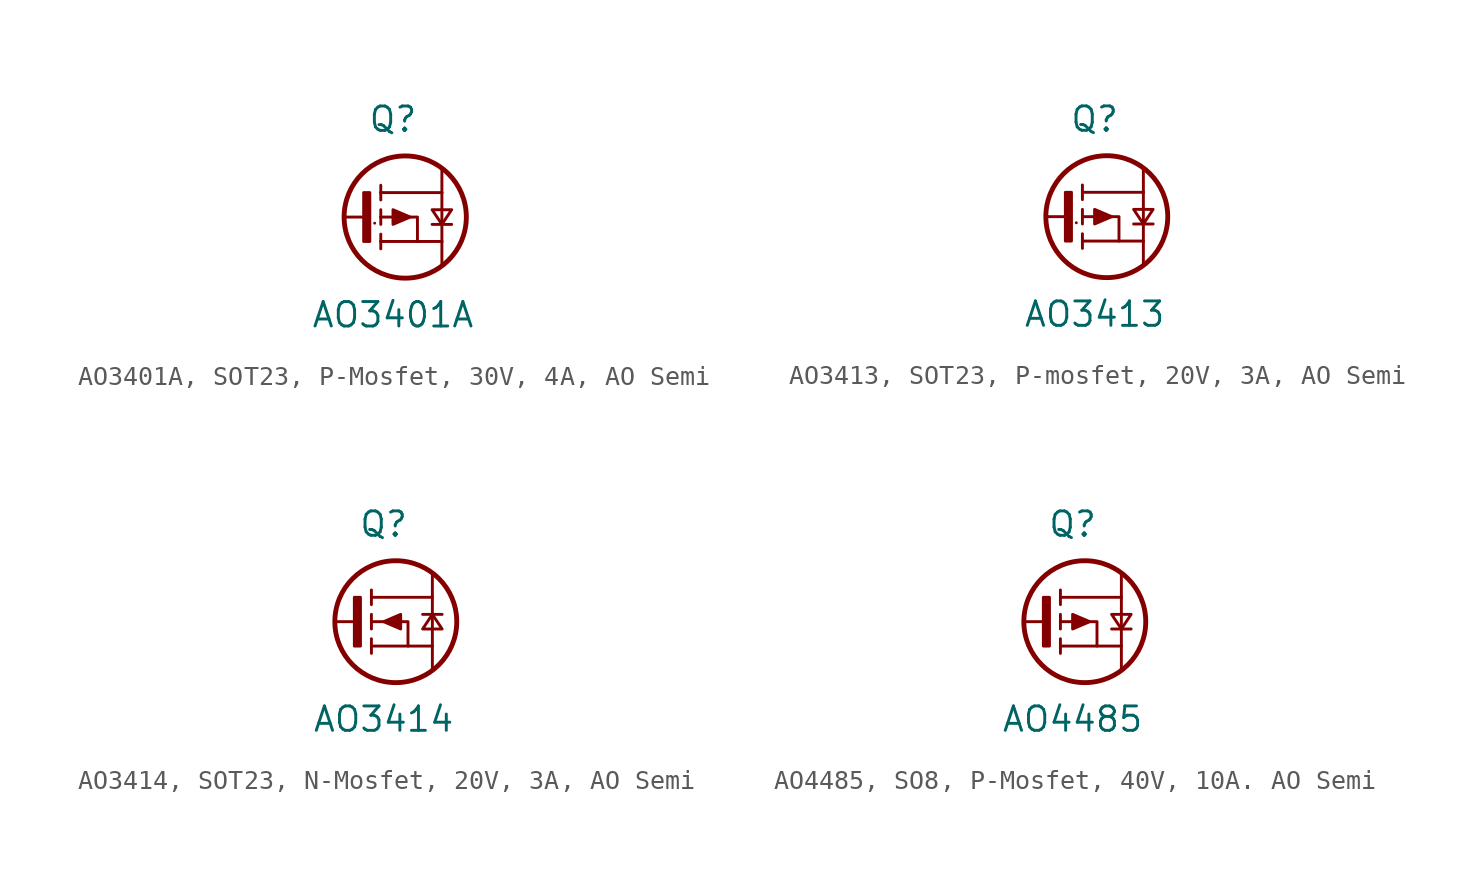
<source format=kicad_sym>
(kicad_symbol_lib
  (version 20241209)
  (generator "kicad_symbol_editor")
  (generator_version "9.0")
  (symbol "AO3401A, SOT23, P-Mosfet, 30V, 4A, AO Semi"
    (pin_numbers
      (hide yes))
    (pin_names
      (offset 1.016)
      (hide yes))
    (property "Reference" "Q"
      (at 0 5.08 0)
      (effects (font (size 1.27 1.27))))
    (property "Value" "AO3401A"
      (at 0 -5.08 0)
      (effects (font (size 1.27 1.27))))
    (symbol "AO3401A, SOT23, P-Mosfet, 30V, 4A, AO Semi_0_0"
      (polyline (pts (xy -0.635 1.27) (xy -0.635 1.651)) (stroke (width 0.152) (type solid)) (fill (type none)))
      (polyline (pts (xy -0.635 1.27) (xy -0.635 0.889)) (stroke (width 0.152) (type solid)) (fill (type none)))
      (polyline (pts (xy -0.635 0) (xy -0.635 0.381)) (stroke (width 0.152) (type solid)) (fill (type none)))
      (polyline (pts (xy -0.635 0) (xy -0.635 -0.381)) (stroke (width 0.152) (type solid)) (fill (type none)))
      (polyline (pts (xy -0.635 0) (xy -0.127 0) (xy 0.635 0) (xy 1.27 0) (xy 1.27 -1.27)) (stroke (width 0.152) (type solid)) (fill (type none)))
      (polyline (pts (xy -0.635 -1.27) (xy -0.635 -0.889)) (stroke (width 0.152) (type solid)) (fill (type none)))
      (polyline (pts (xy -0.635 -1.27) (xy -0.635 -1.651)) (stroke (width 0.152) (type solid)) (fill (type none)))
      (polyline (pts (xy 2.54 1.27) (xy -0.635 1.27)) (stroke (width 0.152) (type solid)) (fill (type none)))
      (polyline (pts (xy 2.54 1.27) (xy 2.54 2.54)) (stroke (width 0.152) (type solid)) (fill (type none)))
      (polyline (pts (xy 2.54 1.27) (xy 2.54 -1.27)) (stroke (width 0.152) (type solid)) (fill (type none)))
      (polyline (pts (xy 2.54 -1.27) (xy -0.635 -1.27)) (stroke (width 0.152) (type solid)) (fill (type none)))
      (polyline (pts (xy 2.54 -2.54) (xy 2.54 -1.27)) (stroke (width 0.152) (type solid)) (fill (type none)))
      (polyline (pts (xy 3.048 0.381) (xy 2.032 0.381) (xy 2.54 -0.381) (xy 3.048 0.381)) (stroke (width 0.152) (type solid)) (fill (type none)))
      (polyline (pts (xy 3.048 -0.381) (xy 2.032 -0.381)) (stroke (width 0.152) (type solid)) (fill (type none))))
    (symbol "AO3401A, SOT23, P-Mosfet, 30V, 4A, AO Semi_0_1"
      (polyline (pts (xy -2.54 0) (xy -1.27 0)) (stroke (width 0.152) (type default)) (fill (type none)))
      (rectangle (start -1.524 1.27) (end -1.206 -1.27) (stroke (width 0.152) (type default)) (fill (type outline)))
      (rectangle (start -0.953 -0.318) (end -0.953 -0.318) (stroke (width 0.152) (type default)) (fill (type none)))
      (polyline (pts (xy 0.889 0) (xy 0 -0.381) (xy 0 0.381) (xy 0.889 0)) (stroke (width 0.152) (type default)) (fill (type outline))))
    (symbol "AO3401A, SOT23, P-Mosfet, 30V, 4A, AO Semi_1_0"
      (circle (center 0.635 0) (radius 3.175) (stroke (width 0.254) (type solid)) (fill (type none))))
    (symbol "AO3401A, SOT23, P-Mosfet, 30V, 4A, AO Semi_1_1"
      (pin passive line (at -2.54 0 0) (length 0) (name "G" (effects (font (size 1.27 1.27)))) (number "1" (effects (font (size 1.27 1.27)))))
      (pin passive line (at 2.54 2.54 180) (length 0) (name "D" (effects (font (size 1.27 1.27)))) (number "3" (effects (font (size 1.27 1.27)))))
      (pin passive line (at 2.54 -2.54 180) (length 0) (name "S" (effects (font (size 1.27 1.27)))) (number "2" (effects (font (size 1.27 1.27)))))))
  (symbol "AO3413, SOT23, P-mosfet, 20V, 3A, AO Semi"
    (pin_numbers
      (hide yes))
    (pin_names
      (offset 1.016)
      (hide yes))
    (property "Reference" "Q"
      (at 0 5.08 0)
      (effects (font (size 1.27 1.27))))
    (property "Value" "AO3413"
      (at 0 -5.08 0)
      (effects (font (size 1.27 1.27))))
    (symbol "AO3413, SOT23, P-mosfet, 20V, 3A, AO Semi_0_0"
      (polyline (pts (xy -0.635 1.27) (xy -0.635 1.651)) (stroke (width 0.152) (type solid)) (fill (type none)))
      (polyline (pts (xy -0.635 1.27) (xy -0.635 0.889)) (stroke (width 0.152) (type solid)) (fill (type none)))
      (polyline (pts (xy -0.635 0) (xy -0.635 0.381)) (stroke (width 0.152) (type solid)) (fill (type none)))
      (polyline (pts (xy -0.635 0) (xy -0.635 -0.381)) (stroke (width 0.152) (type solid)) (fill (type none)))
      (polyline (pts (xy -0.635 0) (xy -0.127 0) (xy 0.635 0) (xy 1.27 0) (xy 1.27 -1.27)) (stroke (width 0.152) (type solid)) (fill (type none)))
      (polyline (pts (xy -0.635 -1.27) (xy -0.635 -0.889)) (stroke (width 0.152) (type solid)) (fill (type none)))
      (polyline (pts (xy -0.635 -1.27) (xy -0.635 -1.651)) (stroke (width 0.152) (type solid)) (fill (type none)))
      (polyline (pts (xy 2.54 1.27) (xy -0.635 1.27)) (stroke (width 0.152) (type solid)) (fill (type none)))
      (polyline (pts (xy 2.54 1.27) (xy 2.54 2.54)) (stroke (width 0.152) (type solid)) (fill (type none)))
      (polyline (pts (xy 2.54 1.27) (xy 2.54 -1.27)) (stroke (width 0.152) (type solid)) (fill (type none)))
      (polyline (pts (xy 2.54 -1.27) (xy -0.635 -1.27)) (stroke (width 0.152) (type solid)) (fill (type none)))
      (polyline (pts (xy 2.54 -2.54) (xy 2.54 -1.27)) (stroke (width 0.152) (type solid)) (fill (type none)))
      (polyline (pts (xy 3.048 0.381) (xy 2.032 0.381) (xy 2.54 -0.381) (xy 3.048 0.381)) (stroke (width 0.152) (type solid)) (fill (type none)))
      (polyline (pts (xy 3.048 -0.381) (xy 2.032 -0.381)) (stroke (width 0.152) (type solid)) (fill (type none))))
    (symbol "AO3413, SOT23, P-mosfet, 20V, 3A, AO Semi_0_1"
      (polyline (pts (xy -2.54 0) (xy -1.27 0)) (stroke (width 0.152) (type default)) (fill (type none)))
      (rectangle (start -1.524 1.27) (end -1.206 -1.27) (stroke (width 0.152) (type default)) (fill (type outline)))
      (rectangle (start -0.953 -0.318) (end -0.953 -0.318) (stroke (width 0.152) (type default)) (fill (type none)))
      (polyline (pts (xy 0.889 0) (xy 0 -0.381) (xy 0 0.381) (xy 0.889 0)) (stroke (width 0.152) (type default)) (fill (type outline))))
    (symbol "AO3413, SOT23, P-mosfet, 20V, 3A, AO Semi_1_0"
      (circle (center 0.635 0) (radius 3.175) (stroke (width 0.254) (type solid)) (fill (type none))))
    (symbol "AO3413, SOT23, P-mosfet, 20V, 3A, AO Semi_1_1"
      (pin passive line (at -2.54 0 0) (length 0) (name "G" (effects (font (size 1.27 1.27)))) (number "1" (effects (font (size 1.27 1.27)))))
      (pin passive line (at 2.54 2.54 180) (length 0) (name "D" (effects (font (size 1.27 1.27)))) (number "3" (effects (font (size 1.27 1.27)))))
      (pin passive line (at 2.54 -2.54 180) (length 0) (name "S" (effects (font (size 1.27 1.27)))) (number "2" (effects (font (size 1.27 1.27)))))))
  (symbol "AO3414, SOT23, N-Mosfet, 20V, 3A, AO Semi"
    (pin_numbers
      (hide yes))
    (pin_names
      (offset 1.016)
      (hide yes))
    (property "Reference" "Q"
      (at 0 5.08 0)
      (effects (font (size 1.27 1.27))))
    (property "Value" "AO3414"
      (at 0 -5.08 0)
      (effects (font (size 1.27 1.27))))
    (symbol "AO3414, SOT23, N-Mosfet, 20V, 3A, AO Semi_0_0"
      (polyline (pts (xy -0.635 1.27) (xy -0.635 1.651)) (stroke (width 0.152) (type solid)) (fill (type none)))
      (polyline (pts (xy -0.635 1.27) (xy -0.635 0.889)) (stroke (width 0.152) (type solid)) (fill (type none)))
      (polyline (pts (xy -0.635 0) (xy -0.635 0.381)) (stroke (width 0.152) (type solid)) (fill (type none)))
      (polyline (pts (xy -0.635 0) (xy -0.635 -0.381)) (stroke (width 0.152) (type solid)) (fill (type none)))
      (polyline (pts (xy -0.635 0) (xy -0.127 0) (xy 0.635 0) (xy 1.27 0) (xy 1.27 -1.27)) (stroke (width 0.152) (type solid)) (fill (type none)))
      (polyline (pts (xy -0.635 -1.27) (xy -0.635 -0.889)) (stroke (width 0.152) (type solid)) (fill (type none)))
      (polyline (pts (xy -0.635 -1.27) (xy -0.635 -1.651)) (stroke (width 0.152) (type solid)) (fill (type none)))
      (polyline (pts (xy 2.032 0.381) (xy 3.048 0.381)) (stroke (width 0.152) (type solid)) (fill (type none)))
      (polyline (pts (xy 2.032 -0.381) (xy 3.048 -0.381) (xy 2.54 0.381) (xy 2.032 -0.381)) (stroke (width 0.152) (type solid)) (fill (type none)))
      (polyline (pts (xy 2.54 1.27) (xy -0.635 1.27)) (stroke (width 0.152) (type solid)) (fill (type none)))
      (polyline (pts (xy 2.54 1.27) (xy 2.54 2.54)) (stroke (width 0.152) (type solid)) (fill (type none)))
      (polyline (pts (xy 2.54 1.27) (xy 2.54 -1.27)) (stroke (width 0.152) (type solid)) (fill (type none)))
      (polyline (pts (xy 2.54 -1.27) (xy -0.635 -1.27)) (stroke (width 0.152) (type solid)) (fill (type none)))
      (polyline (pts (xy 2.54 -2.54) (xy 2.54 -1.27)) (stroke (width 0.152) (type solid)) (fill (type none))))
    (symbol "AO3414, SOT23, N-Mosfet, 20V, 3A, AO Semi_0_1"
      (polyline (pts (xy -2.54 0) (xy -1.27 0)) (stroke (width 0.152) (type default)) (fill (type none)))
      (rectangle (start -1.524 1.27) (end -1.206 -1.27) (stroke (width 0.152) (type default)) (fill (type outline)))
      (polyline (pts (xy 0 0) (xy 0.889 -0.381) (xy 0.889 0.381) (xy 0 0)) (stroke (width 0.152) (type default)) (fill (type outline))))
    (symbol "AO3414, SOT23, N-Mosfet, 20V, 3A, AO Semi_1_0"
      (circle (center 0.635 0) (radius 3.175) (stroke (width 0.254) (type solid)) (fill (type none))))
    (symbol "AO3414, SOT23, N-Mosfet, 20V, 3A, AO Semi_1_1"
      (pin passive line (at -2.54 0 0) (length 0) (name "G" (effects (font (size 1.27 1.27)))) (number "1" (effects (font (size 1.27 1.27)))))
      (pin passive line (at 2.54 2.54 180) (length 0) (name "D" (effects (font (size 1.27 1.27)))) (number "3" (effects (font (size 1.27 1.27)))))
      (pin passive line (at 2.54 -2.54 180) (length 0) (name "S" (effects (font (size 1.27 1.27)))) (number "2" (effects (font (size 1.27 1.27)))))))
  (symbol "AO4485, SO8, P-Mosfet, 40V, 10A. AO Semi"
    (pin_numbers
      (hide yes))
    (pin_names
      (offset 1.016)
      (hide yes))
    (property "Reference" "Q"
      (at 0 5.08 0)
      (effects (font (size 1.27 1.27))))
    (property "Value" "AO4485"
      (at 0 -5.08 0)
      (effects (font (size 1.27 1.27))))
    (symbol "AO4485, SO8, P-Mosfet, 40V, 10A. AO Semi_0_0"
      (polyline (pts (xy -0.635 1.27) (xy -0.635 1.651)) (stroke (width 0.152) (type solid)) (fill (type none)))
      (polyline (pts (xy -0.635 1.27) (xy -0.635 0.889)) (stroke (width 0.152) (type solid)) (fill (type none)))
      (polyline (pts (xy -0.635 0) (xy -0.635 0.381)) (stroke (width 0.152) (type solid)) (fill (type none)))
      (polyline (pts (xy -0.635 0) (xy -0.635 -0.381)) (stroke (width 0.152) (type solid)) (fill (type none)))
      (polyline (pts (xy -0.635 0) (xy -0.127 0) (xy 0.635 0) (xy 1.27 0) (xy 1.27 -1.27)) (stroke (width 0.152) (type solid)) (fill (type none)))
      (polyline (pts (xy -0.635 -1.27) (xy -0.635 -0.889)) (stroke (width 0.152) (type solid)) (fill (type none)))
      (polyline (pts (xy -0.635 -1.27) (xy -0.635 -1.651)) (stroke (width 0.152) (type solid)) (fill (type none)))
      (polyline (pts (xy 2.54 1.27) (xy -0.635 1.27)) (stroke (width 0.152) (type solid)) (fill (type none)))
      (polyline (pts (xy 2.54 1.27) (xy 2.54 2.54)) (stroke (width 0.152) (type solid)) (fill (type none)))
      (polyline (pts (xy 2.54 1.27) (xy 2.54 -1.27)) (stroke (width 0.152) (type solid)) (fill (type none)))
      (polyline (pts (xy 2.54 -1.27) (xy -0.635 -1.27)) (stroke (width 0.152) (type solid)) (fill (type none)))
      (polyline (pts (xy 2.54 -2.54) (xy 2.54 -1.27)) (stroke (width 0.152) (type solid)) (fill (type none)))
      (polyline (pts (xy 3.048 0.381) (xy 2.032 0.381) (xy 2.54 -0.381) (xy 3.048 0.381)) (stroke (width 0.152) (type solid)) (fill (type none)))
      (polyline (pts (xy 3.048 -0.381) (xy 2.032 -0.381)) (stroke (width 0.152) (type solid)) (fill (type none))))
    (symbol "AO4485, SO8, P-Mosfet, 40V, 10A. AO Semi_0_1"
      (polyline (pts (xy -2.54 0) (xy -1.27 0)) (stroke (width 0.152) (type default)) (fill (type none)))
      (rectangle (start -1.524 1.27) (end -1.206 -1.27) (stroke (width 0.152) (type default)) (fill (type outline)))
      (polyline (pts (xy 0.889 0) (xy 0 -0.381) (xy 0 0.381) (xy 0.889 0)) (stroke (width 0.152) (type default)) (fill (type outline))))
    (symbol "AO4485, SO8, P-Mosfet, 40V, 10A. AO Semi_1_0"
      (circle (center 0.635 0) (radius 3.175) (stroke (width 0.254) (type solid)) (fill (type none))))
    (symbol "AO4485, SO8, P-Mosfet, 40V, 10A. AO Semi_1_1"
      (pin passive line (at -2.54 0 0) (length 0) (name "G" (effects (font (size 1.27 1.27)))) (number "4" (effects (font (size 1.27 1.27)))))
      (pin passive line (at 2.54 2.54 180) (length 0) (name "D" (effects (font (size 1.27 1.27)))) (number "5" (effects (font (size 1.27 1.27)))))
      (pin passive line (at 2.54 2.54 180) (length 0) (hide yes) (name "D" (effects (font (size 1.27 1.27)))) (number "6" (effects (font (size 1.27 1.27)))))
      (pin passive line (at 2.54 2.54 180) (length 0) (hide yes) (name "D" (effects (font (size 1.27 1.27)))) (number "7" (effects (font (size 1.27 1.27)))))
      (pin passive line (at 2.54 2.54 180) (length 0) (hide yes) (name "D" (effects (font (size 1.27 1.27)))) (number "8" (effects (font (size 1.27 1.27)))))
      (pin passive line (at 2.54 -2.54 180) (length 0) (name "S" (effects (font (size 1.27 1.27)))) (number "1" (effects (font (size 1.27 1.27)))))
      (pin passive line (at 2.54 -2.54 180) (length 0) (hide yes) (name "S" (effects (font (size 1.27 1.27)))) (number "2" (effects (font (size 1.27 1.27)))))
      (pin passive line (at 2.54 -2.54 180) (length 0) (hide yes) (name "S" (effects (font (size 1.27 1.27)))) (number "3" (effects (font (size 1.27 1.27))))))))
</source>
